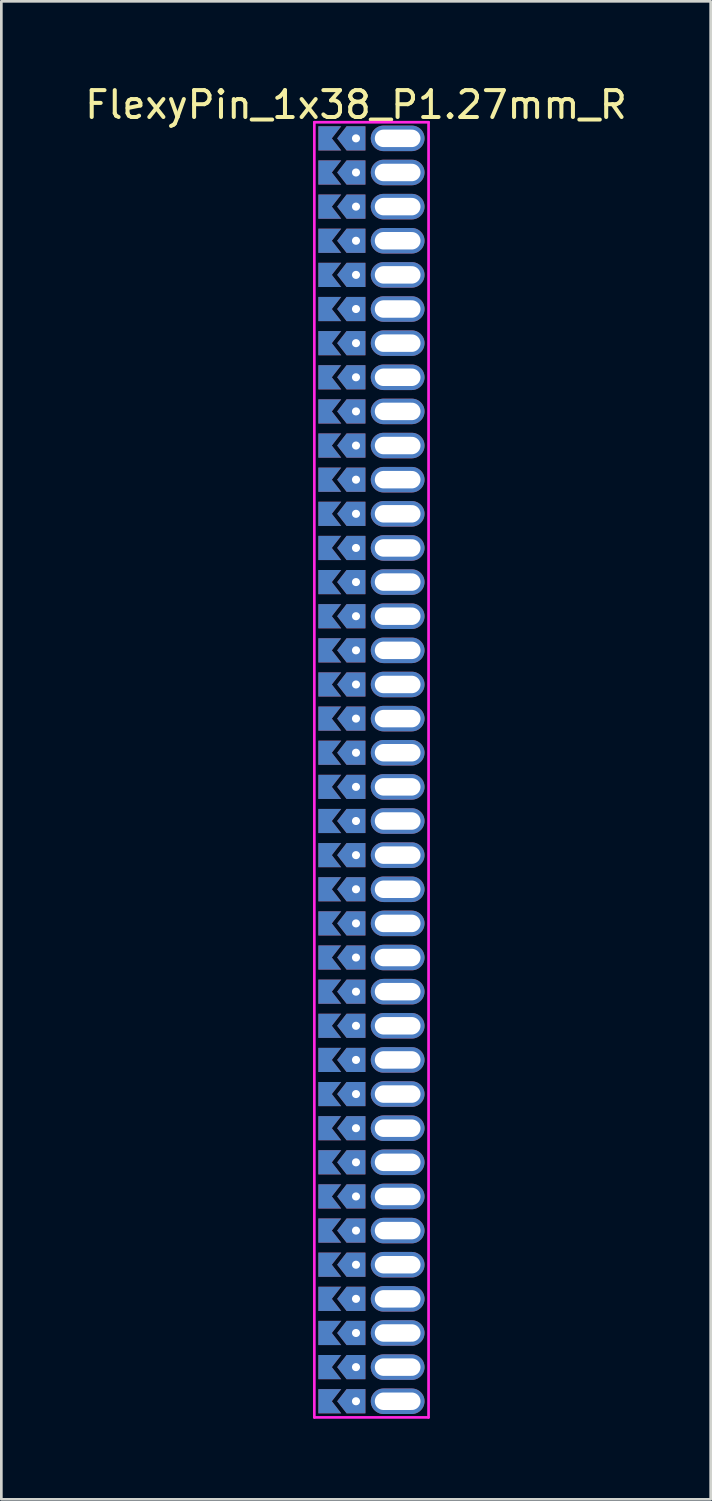
<source format=kicad_pcb>
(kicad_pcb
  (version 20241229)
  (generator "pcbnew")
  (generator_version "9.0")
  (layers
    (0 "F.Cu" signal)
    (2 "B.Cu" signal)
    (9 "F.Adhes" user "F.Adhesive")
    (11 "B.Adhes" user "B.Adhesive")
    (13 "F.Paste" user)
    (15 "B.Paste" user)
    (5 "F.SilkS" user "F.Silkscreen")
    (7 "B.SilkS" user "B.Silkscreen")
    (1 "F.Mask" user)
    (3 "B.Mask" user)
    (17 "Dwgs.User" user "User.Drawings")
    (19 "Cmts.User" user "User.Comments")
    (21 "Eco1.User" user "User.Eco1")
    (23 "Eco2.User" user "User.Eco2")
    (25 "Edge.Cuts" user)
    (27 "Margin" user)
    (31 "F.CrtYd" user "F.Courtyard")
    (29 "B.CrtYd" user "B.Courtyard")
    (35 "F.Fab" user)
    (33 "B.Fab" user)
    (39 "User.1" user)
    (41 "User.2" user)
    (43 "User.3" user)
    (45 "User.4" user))
  (footprint "FlexyPin_1x38_P1.27mm_R"
    (layer "F.Cu")
    (at 10.196 2.098)
    (property "Reference" "FlexyPin_1x38_P1.27mm_R" (at 0 -1.25 0) (layer "F.SilkS") (effects (font (size 1 1) (thickness 0.15))))
    (attr through_hole)
    (fp_line (start -1.55 -0.6) (end 2.7 -0.6) (stroke (width 0.1) (type solid)) (layer "F.CrtYd"))
    (fp_line (start -1.55 47.59) (end -1.55 -0.6) (stroke (width 0.1) (type solid)) (layer "F.CrtYd"))
    (fp_line (start 2.7 -0.6) (end 2.7 47.59) (stroke (width 0.1) (type solid)) (layer "F.CrtYd"))
    (fp_line (start 2.7 47.59) (end -1.55 47.59) (stroke (width 0.1) (type solid)) (layer "F.CrtYd"))
    (pad "" thru_hole custom (at 0 0) (size 0.3 0.3) (drill 0.6) (layers "*.Cu" "*.Mask") (options (anchor rect)) (primitives (gr_poly (pts (xy 0.35 0.45) (xy 0.35 -0.45) (xy -0.35 -0.45) (xy -0.7 0) (xy -0.35 0.45)) (width 0) (fill yes))))
    (pad "" thru_hole custom (at 0 1.27) (size 0.3 0.3) (drill 0.6) (layers "*.Cu" "*.Mask") (options (anchor rect)) (primitives (gr_poly (pts (xy 0.35 0.45) (xy 0.35 -0.45) (xy -0.35 -0.45) (xy -0.7 0) (xy -0.35 0.45)) (width 0) (fill yes))))
    (pad "" thru_hole custom (at 0 2.54) (size 0.3 0.3) (drill 0.6) (layers "*.Cu" "*.Mask") (options (anchor rect)) (primitives (gr_poly (pts (xy 0.35 0.45) (xy 0.35 -0.45) (xy -0.35 -0.45) (xy -0.7 0) (xy -0.35 0.45)) (width 0) (fill yes))))
    (pad "" thru_hole custom (at 0 3.81) (size 0.3 0.3) (drill 0.6) (layers "*.Cu" "*.Mask") (options (anchor rect)) (primitives (gr_poly (pts (xy 0.35 0.45) (xy 0.35 -0.45) (xy -0.35 -0.45) (xy -0.7 0) (xy -0.35 0.45)) (width 0) (fill yes))))
    (pad "" thru_hole custom (at 0 5.08) (size 0.3 0.3) (drill 0.6) (layers "*.Cu" "*.Mask") (options (anchor rect)) (primitives (gr_poly (pts (xy 0.35 0.45) (xy 0.35 -0.45) (xy -0.35 -0.45) (xy -0.7 0) (xy -0.35 0.45)) (width 0) (fill yes))))
    (pad "" thru_hole custom (at 0 6.35) (size 0.3 0.3) (drill 0.6) (layers "*.Cu" "*.Mask") (options (anchor rect)) (primitives (gr_poly (pts (xy 0.35 0.45) (xy 0.35 -0.45) (xy -0.35 -0.45) (xy -0.7 0) (xy -0.35 0.45)) (width 0) (fill yes))))
    (pad "" thru_hole custom (at 0 7.62) (size 0.3 0.3) (drill 0.6) (layers "*.Cu" "*.Mask") (options (anchor rect)) (primitives (gr_poly (pts (xy 0.35 0.45) (xy 0.35 -0.45) (xy -0.35 -0.45) (xy -0.7 0) (xy -0.35 0.45)) (width 0) (fill yes))))
    (pad "" thru_hole custom (at 0 8.89) (size 0.3 0.3) (drill 0.6) (layers "*.Cu" "*.Mask") (options (anchor rect)) (primitives (gr_poly (pts (xy 0.35 0.45) (xy 0.35 -0.45) (xy -0.35 -0.45) (xy -0.7 0) (xy -0.35 0.45)) (width 0) (fill yes))))
    (pad "" thru_hole custom (at 0 10.16) (size 0.3 0.3) (drill 0.6) (layers "*.Cu" "*.Mask") (options (anchor rect)) (primitives (gr_poly (pts (xy 0.35 0.45) (xy 0.35 -0.45) (xy -0.35 -0.45) (xy -0.7 0) (xy -0.35 0.45)) (width 0) (fill yes))))
    (pad "" thru_hole custom (at 0 11.43) (size 0.3 0.3) (drill 0.6) (layers "*.Cu" "*.Mask") (options (anchor rect)) (primitives (gr_poly (pts (xy 0.35 0.45) (xy 0.35 -0.45) (xy -0.35 -0.45) (xy -0.7 0) (xy -0.35 0.45)) (width 0) (fill yes))))
    (pad "" thru_hole custom (at 0 12.7) (size 0.3 0.3) (drill 0.6) (layers "*.Cu" "*.Mask") (options (anchor rect)) (primitives (gr_poly (pts (xy 0.35 0.45) (xy 0.35 -0.45) (xy -0.35 -0.45) (xy -0.7 0) (xy -0.35 0.45)) (width 0) (fill yes))))
    (pad "" thru_hole custom (at 0 13.97) (size 0.3 0.3) (drill 0.6) (layers "*.Cu" "*.Mask") (options (anchor rect)) (primitives (gr_poly (pts (xy 0.35 0.45) (xy 0.35 -0.45) (xy -0.35 -0.45) (xy -0.7 0) (xy -0.35 0.45)) (width 0) (fill yes))))
    (pad "" thru_hole custom (at 0 15.24) (size 0.3 0.3) (drill 0.6) (layers "*.Cu" "*.Mask") (options (anchor rect)) (primitives (gr_poly (pts (xy 0.35 0.45) (xy 0.35 -0.45) (xy -0.35 -0.45) (xy -0.7 0) (xy -0.35 0.45)) (width 0) (fill yes))))
    (pad "" thru_hole custom (at 0 16.51) (size 0.3 0.3) (drill 0.6) (layers "*.Cu" "*.Mask") (options (anchor rect)) (primitives (gr_poly (pts (xy 0.35 0.45) (xy 0.35 -0.45) (xy -0.35 -0.45) (xy -0.7 0) (xy -0.35 0.45)) (width 0) (fill yes))))
    (pad "" thru_hole custom (at 0 17.78) (size 0.3 0.3) (drill 0.6) (layers "*.Cu" "*.Mask") (options (anchor rect)) (primitives (gr_poly (pts (xy 0.35 0.45) (xy 0.35 -0.45) (xy -0.35 -0.45) (xy -0.7 0) (xy -0.35 0.45)) (width 0) (fill yes))))
    (pad "" thru_hole custom (at 0 19.05) (size 0.3 0.3) (drill 0.6) (layers "*.Cu" "*.Mask") (options (anchor rect)) (primitives (gr_poly (pts (xy 0.35 0.45) (xy 0.35 -0.45) (xy -0.35 -0.45) (xy -0.7 0) (xy -0.35 0.45)) (width 0) (fill yes))))
    (pad "" thru_hole custom (at 0 20.32) (size 0.3 0.3) (drill 0.6) (layers "*.Cu" "*.Mask") (options (anchor rect)) (primitives (gr_poly (pts (xy 0.35 0.45) (xy 0.35 -0.45) (xy -0.35 -0.45) (xy -0.7 0) (xy -0.35 0.45)) (width 0) (fill yes))))
    (pad "" thru_hole custom (at 0 21.59) (size 0.3 0.3) (drill 0.6) (layers "*.Cu" "*.Mask") (options (anchor rect)) (primitives (gr_poly (pts (xy 0.35 0.45) (xy 0.35 -0.45) (xy -0.35 -0.45) (xy -0.7 0) (xy -0.35 0.45)) (width 0) (fill yes))))
    (pad "" thru_hole custom (at 0 22.86) (size 0.3 0.3) (drill 0.6) (layers "*.Cu" "*.Mask") (options (anchor rect)) (primitives (gr_poly (pts (xy 0.35 0.45) (xy 0.35 -0.45) (xy -0.35 -0.45) (xy -0.7 0) (xy -0.35 0.45)) (width 0) (fill yes))))
    (pad "" thru_hole custom (at 0 24.13) (size 0.3 0.3) (drill 0.6) (layers "*.Cu" "*.Mask") (options (anchor rect)) (primitives (gr_poly (pts (xy 0.35 0.45) (xy 0.35 -0.45) (xy -0.35 -0.45) (xy -0.7 0) (xy -0.35 0.45)) (width 0) (fill yes))))
    (pad "" thru_hole custom (at 0 25.4) (size 0.3 0.3) (drill 0.6) (layers "*.Cu" "*.Mask") (options (anchor rect)) (primitives (gr_poly (pts (xy 0.35 0.45) (xy 0.35 -0.45) (xy -0.35 -0.45) (xy -0.7 0) (xy -0.35 0.45)) (width 0) (fill yes))))
    (pad "" thru_hole custom (at 0 26.67) (size 0.3 0.3) (drill 0.6) (layers "*.Cu" "*.Mask") (options (anchor rect)) (primitives (gr_poly (pts (xy 0.35 0.45) (xy 0.35 -0.45) (xy -0.35 -0.45) (xy -0.7 0) (xy -0.35 0.45)) (width 0) (fill yes))))
    (pad "" thru_hole custom (at 0 27.94) (size 0.3 0.3) (drill 0.6) (layers "*.Cu" "*.Mask") (options (anchor rect)) (primitives (gr_poly (pts (xy 0.35 0.45) (xy 0.35 -0.45) (xy -0.35 -0.45) (xy -0.7 0) (xy -0.35 0.45)) (width 0) (fill yes))))
    (pad "" thru_hole custom (at 0 29.21) (size 0.3 0.3) (drill 0.6) (layers "*.Cu" "*.Mask") (options (anchor rect)) (primitives (gr_poly (pts (xy 0.35 0.45) (xy 0.35 -0.45) (xy -0.35 -0.45) (xy -0.7 0) (xy -0.35 0.45)) (width 0) (fill yes))))
    (pad "" thru_hole custom (at 0 30.48) (size 0.3 0.3) (drill 0.6) (layers "*.Cu" "*.Mask") (options (anchor rect)) (primitives (gr_poly (pts (xy 0.35 0.45) (xy 0.35 -0.45) (xy -0.35 -0.45) (xy -0.7 0) (xy -0.35 0.45)) (width 0) (fill yes))))
    (pad "" thru_hole custom (at 0 31.75) (size 0.3 0.3) (drill 0.6) (layers "*.Cu" "*.Mask") (options (anchor rect)) (primitives (gr_poly (pts (xy 0.35 0.45) (xy 0.35 -0.45) (xy -0.35 -0.45) (xy -0.7 0) (xy -0.35 0.45)) (width 0) (fill yes))))
    (pad "" thru_hole custom (at 0 33.02) (size 0.3 0.3) (drill 0.6) (layers "*.Cu" "*.Mask") (options (anchor rect)) (primitives (gr_poly (pts (xy 0.35 0.45) (xy 0.35 -0.45) (xy -0.35 -0.45) (xy -0.7 0) (xy -0.35 0.45)) (width 0) (fill yes))))
    (pad "" thru_hole custom (at 0 34.29) (size 0.3 0.3) (drill 0.6) (layers "*.Cu" "*.Mask") (options (anchor rect)) (primitives (gr_poly (pts (xy 0.35 0.45) (xy 0.35 -0.45) (xy -0.35 -0.45) (xy -0.7 0) (xy -0.35 0.45)) (width 0) (fill yes))))
    (pad "" thru_hole custom (at 0 35.56) (size 0.3 0.3) (drill 0.6) (layers "*.Cu" "*.Mask") (options (anchor rect)) (primitives (gr_poly (pts (xy 0.35 0.45) (xy 0.35 -0.45) (xy -0.35 -0.45) (xy -0.7 0) (xy -0.35 0.45)) (width 0) (fill yes))))
    (pad "" thru_hole custom (at 0 36.83) (size 0.3 0.3) (drill 0.6) (layers "*.Cu" "*.Mask") (options (anchor rect)) (primitives (gr_poly (pts (xy 0.35 0.45) (xy 0.35 -0.45) (xy -0.35 -0.45) (xy -0.7 0) (xy -0.35 0.45)) (width 0) (fill yes))))
    (pad "" thru_hole custom (at 0 38.1) (size 0.3 0.3) (drill 0.6) (layers "*.Cu" "*.Mask") (options (anchor rect)) (primitives (gr_poly (pts (xy 0.35 0.45) (xy 0.35 -0.45) (xy -0.35 -0.45) (xy -0.7 0) (xy -0.35 0.45)) (width 0) (fill yes))))
    (pad "" thru_hole custom (at 0 39.37) (size 0.3 0.3) (drill 0.6) (layers "*.Cu" "*.Mask") (options (anchor rect)) (primitives (gr_poly (pts (xy 0.35 0.45) (xy 0.35 -0.45) (xy -0.35 -0.45) (xy -0.7 0) (xy -0.35 0.45)) (width 0) (fill yes))))
    (pad "" thru_hole custom (at 0 40.64) (size 0.3 0.3) (drill 0.6) (layers "*.Cu" "*.Mask") (options (anchor rect)) (primitives (gr_poly (pts (xy 0.35 0.45) (xy 0.35 -0.45) (xy -0.35 -0.45) (xy -0.7 0) (xy -0.35 0.45)) (width 0) (fill yes))))
    (pad "" thru_hole custom (at 0 41.91) (size 0.3 0.3) (drill 0.6) (layers "*.Cu" "*.Mask") (options (anchor rect)) (primitives (gr_poly (pts (xy 0.35 0.45) (xy 0.35 -0.45) (xy -0.35 -0.45) (xy -0.7 0) (xy -0.35 0.45)) (width 0) (fill yes))))
    (pad "" thru_hole custom (at 0 43.18) (size 0.3 0.3) (drill 0.6) (layers "*.Cu" "*.Mask") (options (anchor rect)) (primitives (gr_poly (pts (xy 0.35 0.45) (xy 0.35 -0.45) (xy -0.35 -0.45) (xy -0.7 0) (xy -0.35 0.45)) (width 0) (fill yes))))
    (pad "" thru_hole custom (at 0 44.45) (size 0.3 0.3) (drill 0.6) (layers "*.Cu" "*.Mask") (options (anchor rect)) (primitives (gr_poly (pts (xy 0.35 0.45) (xy 0.35 -0.45) (xy -0.35 -0.45) (xy -0.7 0) (xy -0.35 0.45)) (width 0) (fill yes))))
    (pad "" thru_hole custom (at 0 45.72) (size 0.3 0.3) (drill 0.6) (layers "*.Cu" "*.Mask") (options (anchor rect)) (primitives (gr_poly (pts (xy 0.35 0.45) (xy 0.35 -0.45) (xy -0.35 -0.45) (xy -0.7 0) (xy -0.35 0.45)) (width 0) (fill yes))))
    (pad "" thru_hole custom (at 0 46.99) (size 0.3 0.3) (drill 0.6) (layers "*.Cu" "*.Mask") (options (anchor rect)) (primitives (gr_poly (pts (xy 0.35 0.45) (xy 0.35 -0.45) (xy -0.35 -0.45) (xy -0.7 0) (xy -0.35 0.45)) (width 0) (fill yes))))
    (pad "" thru_hole oval (at 1.55 0) (size 2 0.95) (drill oval 1.7 0.65) (layers "*.Cu" "*.Mask"))
    (pad "" thru_hole oval (at 1.55 1.27) (size 2 0.95) (drill oval 1.7 0.65) (layers "*.Cu" "*.Mask"))
    (pad "" thru_hole oval (at 1.55 2.54) (size 2 0.95) (drill oval 1.7 0.65) (layers "*.Cu" "*.Mask"))
    (pad "" thru_hole oval (at 1.55 3.81) (size 2 0.95) (drill oval 1.7 0.65) (layers "*.Cu" "*.Mask"))
    (pad "" thru_hole oval (at 1.55 5.08) (size 2 0.95) (drill oval 1.7 0.65) (layers "*.Cu" "*.Mask"))
    (pad "" thru_hole oval (at 1.55 6.35) (size 2 0.95) (drill oval 1.7 0.65) (layers "*.Cu" "*.Mask"))
    (pad "" thru_hole oval (at 1.55 7.62) (size 2 0.95) (drill oval 1.7 0.65) (layers "*.Cu" "*.Mask"))
    (pad "" thru_hole oval (at 1.55 8.89) (size 2 0.95) (drill oval 1.7 0.65) (layers "*.Cu" "*.Mask"))
    (pad "" thru_hole oval (at 1.55 10.16) (size 2 0.95) (drill oval 1.7 0.65) (layers "*.Cu" "*.Mask"))
    (pad "" thru_hole oval (at 1.55 11.43) (size 2 0.95) (drill oval 1.7 0.65) (layers "*.Cu" "*.Mask"))
    (pad "" thru_hole oval (at 1.55 12.7) (size 2 0.95) (drill oval 1.7 0.65) (layers "*.Cu" "*.Mask"))
    (pad "" thru_hole oval (at 1.55 13.97) (size 2 0.95) (drill oval 1.7 0.65) (layers "*.Cu" "*.Mask"))
    (pad "" thru_hole oval (at 1.55 15.24) (size 2 0.95) (drill oval 1.7 0.65) (layers "*.Cu" "*.Mask"))
    (pad "" thru_hole oval (at 1.55 16.51) (size 2 0.95) (drill oval 1.7 0.65) (layers "*.Cu" "*.Mask"))
    (pad "" thru_hole oval (at 1.55 17.78) (size 2 0.95) (drill oval 1.7 0.65) (layers "*.Cu" "*.Mask"))
    (pad "" thru_hole oval (at 1.55 19.05) (size 2 0.95) (drill oval 1.7 0.65) (layers "*.Cu" "*.Mask"))
    (pad "" thru_hole oval (at 1.55 20.32) (size 2 0.95) (drill oval 1.7 0.65) (layers "*.Cu" "*.Mask"))
    (pad "" thru_hole oval (at 1.55 21.59) (size 2 0.95) (drill oval 1.7 0.65) (layers "*.Cu" "*.Mask"))
    (pad "" thru_hole oval (at 1.55 22.86) (size 2 0.95) (drill oval 1.7 0.65) (layers "*.Cu" "*.Mask"))
    (pad "" thru_hole oval (at 1.55 24.13) (size 2 0.95) (drill oval 1.7 0.65) (layers "*.Cu" "*.Mask"))
    (pad "" thru_hole oval (at 1.55 25.4) (size 2 0.95) (drill oval 1.7 0.65) (layers "*.Cu" "*.Mask"))
    (pad "" thru_hole oval (at 1.55 26.67) (size 2 0.95) (drill oval 1.7 0.65) (layers "*.Cu" "*.Mask"))
    (pad "" thru_hole oval (at 1.55 27.94) (size 2 0.95) (drill oval 1.7 0.65) (layers "*.Cu" "*.Mask"))
    (pad "" thru_hole oval (at 1.55 29.21) (size 2 0.95) (drill oval 1.7 0.65) (layers "*.Cu" "*.Mask"))
    (pad "" thru_hole oval (at 1.55 30.48) (size 2 0.95) (drill oval 1.7 0.65) (layers "*.Cu" "*.Mask"))
    (pad "" thru_hole oval (at 1.55 31.75) (size 2 0.95) (drill oval 1.7 0.65) (layers "*.Cu" "*.Mask"))
    (pad "" thru_hole oval (at 1.55 33.02) (size 2 0.95) (drill oval 1.7 0.65) (layers "*.Cu" "*.Mask"))
    (pad "" thru_hole oval (at 1.55 34.29) (size 2 0.95) (drill oval 1.7 0.65) (layers "*.Cu" "*.Mask"))
    (pad "" thru_hole oval (at 1.55 35.56) (size 2 0.95) (drill oval 1.7 0.65) (layers "*.Cu" "*.Mask"))
    (pad "" thru_hole oval (at 1.55 36.83) (size 2 0.95) (drill oval 1.7 0.65) (layers "*.Cu" "*.Mask"))
    (pad "" thru_hole oval (at 1.55 38.1) (size 2 0.95) (drill oval 1.7 0.65) (layers "*.Cu" "*.Mask"))
    (pad "" thru_hole oval (at 1.55 39.37) (size 2 0.95) (drill oval 1.7 0.65) (layers "*.Cu" "*.Mask"))
    (pad "" thru_hole oval (at 1.55 40.64) (size 2 0.95) (drill oval 1.7 0.65) (layers "*.Cu" "*.Mask"))
    (pad "" thru_hole oval (at 1.55 41.91) (size 2 0.95) (drill oval 1.7 0.65) (layers "*.Cu" "*.Mask"))
    (pad "" thru_hole oval (at 1.55 43.18) (size 2 0.95) (drill oval 1.7 0.65) (layers "*.Cu" "*.Mask"))
    (pad "" thru_hole oval (at 1.55 44.45) (size 2 0.95) (drill oval 1.7 0.65) (layers "*.Cu" "*.Mask"))
    (pad "" thru_hole oval (at 1.55 45.72) (size 2 0.95) (drill oval 1.7 0.65) (layers "*.Cu" "*.Mask"))
    (pad "" thru_hole oval (at 1.55 46.99) (size 2 0.95) (drill oval 1.7 0.65) (layers "*.Cu" "*.Mask"))
    (pad "1" smd custom (at -0.9 0) (size 0.01 0.01) (layers "F.Cu" "F.Mask") (options (anchor rect)) (primitives (gr_poly (pts (xy 0 0) (xy 0.35 0.45) (xy -0.5 0.45) (xy -0.5 -0.45) (xy 0.35 -0.45)) (width 0) (fill yes))))
    (pad "2" smd custom (at -0.9 1.27) (size 0.01 0.01) (layers "F.Cu" "F.Mask") (options (anchor rect)) (primitives (gr_poly (pts (xy 0 0) (xy 0.35 0.45) (xy -0.5 0.45) (xy -0.5 -0.45) (xy 0.35 -0.45)) (width 0) (fill yes))))
    (pad "3" smd custom (at -0.9 2.54) (size 0.01 0.01) (layers "F.Cu" "F.Mask") (options (anchor rect)) (primitives (gr_poly (pts (xy 0 0) (xy 0.35 0.45) (xy -0.5 0.45) (xy -0.5 -0.45) (xy 0.35 -0.45)) (width 0) (fill yes))))
    (pad "4" smd custom (at -0.9 3.81) (size 0.01 0.01) (layers "F.Cu" "F.Mask") (options (anchor rect)) (primitives (gr_poly (pts (xy 0 0) (xy 0.35 0.45) (xy -0.5 0.45) (xy -0.5 -0.45) (xy 0.35 -0.45)) (width 0) (fill yes))))
    (pad "5" smd custom (at -0.9 5.08) (size 0.01 0.01) (layers "F.Cu" "F.Mask") (options (anchor rect)) (primitives (gr_poly (pts (xy 0 0) (xy 0.35 0.45) (xy -0.5 0.45) (xy -0.5 -0.45) (xy 0.35 -0.45)) (width 0) (fill yes))))
    (pad "6" smd custom (at -0.9 6.35) (size 0.01 0.01) (layers "F.Cu" "F.Mask") (options (anchor rect)) (primitives (gr_poly (pts (xy 0 0) (xy 0.35 0.45) (xy -0.5 0.45) (xy -0.5 -0.45) (xy 0.35 -0.45)) (width 0) (fill yes))))
    (pad "7" smd custom (at -0.9 7.62) (size 0.01 0.01) (layers "F.Cu" "F.Mask") (options (anchor rect)) (primitives (gr_poly (pts (xy 0 0) (xy 0.35 0.45) (xy -0.5 0.45) (xy -0.5 -0.45) (xy 0.35 -0.45)) (width 0) (fill yes))))
    (pad "8" smd custom (at -0.9 8.89) (size 0.01 0.01) (layers "F.Cu" "F.Mask") (options (anchor rect)) (primitives (gr_poly (pts (xy 0 0) (xy 0.35 0.45) (xy -0.5 0.45) (xy -0.5 -0.45) (xy 0.35 -0.45)) (width 0) (fill yes))))
    (pad "9" smd custom (at -0.9 10.16) (size 0.01 0.01) (layers "F.Cu" "F.Mask") (options (anchor rect)) (primitives (gr_poly (pts (xy 0 0) (xy 0.35 0.45) (xy -0.5 0.45) (xy -0.5 -0.45) (xy 0.35 -0.45)) (width 0) (fill yes))))
    (pad "10" smd custom (at -0.9 11.43) (size 0.01 0.01) (layers "F.Cu" "F.Mask") (options (anchor rect)) (primitives (gr_poly (pts (xy 0 0) (xy 0.35 0.45) (xy -0.5 0.45) (xy -0.5 -0.45) (xy 0.35 -0.45)) (width 0) (fill yes))))
    (pad "11" smd custom (at -0.9 12.7) (size 0.01 0.01) (layers "F.Cu" "F.Mask") (options (anchor rect)) (primitives (gr_poly (pts (xy 0 0) (xy 0.35 0.45) (xy -0.5 0.45) (xy -0.5 -0.45) (xy 0.35 -0.45)) (width 0) (fill yes))))
    (pad "12" smd custom (at -0.9 13.97) (size 0.01 0.01) (layers "F.Cu" "F.Mask") (options (anchor rect)) (primitives (gr_poly (pts (xy 0 0) (xy 0.35 0.45) (xy -0.5 0.45) (xy -0.5 -0.45) (xy 0.35 -0.45)) (width 0) (fill yes))))
    (pad "13" smd custom (at -0.9 15.24) (size 0.01 0.01) (layers "F.Cu" "F.Mask") (options (anchor rect)) (primitives (gr_poly (pts (xy 0 0) (xy 0.35 0.45) (xy -0.5 0.45) (xy -0.5 -0.45) (xy 0.35 -0.45)) (width 0) (fill yes))))
    (pad "14" smd custom (at -0.9 16.51) (size 0.01 0.01) (layers "F.Cu" "F.Mask") (options (anchor rect)) (primitives (gr_poly (pts (xy 0 0) (xy 0.35 0.45) (xy -0.5 0.45) (xy -0.5 -0.45) (xy 0.35 -0.45)) (width 0) (fill yes))))
    (pad "15" smd custom (at -0.9 17.78) (size 0.01 0.01) (layers "F.Cu" "F.Mask") (options (anchor rect)) (primitives (gr_poly (pts (xy 0 0) (xy 0.35 0.45) (xy -0.5 0.45) (xy -0.5 -0.45) (xy 0.35 -0.45)) (width 0) (fill yes))))
    (pad "16" smd custom (at -0.9 19.05) (size 0.01 0.01) (layers "F.Cu" "F.Mask") (options (anchor rect)) (primitives (gr_poly (pts (xy 0 0) (xy 0.35 0.45) (xy -0.5 0.45) (xy -0.5 -0.45) (xy 0.35 -0.45)) (width 0) (fill yes))))
    (pad "17" smd custom (at -0.9 20.32) (size 0.01 0.01) (layers "F.Cu" "F.Mask") (options (anchor rect)) (primitives (gr_poly (pts (xy 0 0) (xy 0.35 0.45) (xy -0.5 0.45) (xy -0.5 -0.45) (xy 0.35 -0.45)) (width 0) (fill yes))))
    (pad "18" smd custom (at -0.9 21.59) (size 0.01 0.01) (layers "F.Cu" "F.Mask") (options (anchor rect)) (primitives (gr_poly (pts (xy 0 0) (xy 0.35 0.45) (xy -0.5 0.45) (xy -0.5 -0.45) (xy 0.35 -0.45)) (width 0) (fill yes))))
    (pad "19" smd custom (at -0.9 22.86) (size 0.01 0.01) (layers "F.Cu" "F.Mask") (options (anchor rect)) (primitives (gr_poly (pts (xy 0 0) (xy 0.35 0.45) (xy -0.5 0.45) (xy -0.5 -0.45) (xy 0.35 -0.45)) (width 0) (fill yes))))
    (pad "20" smd custom (at -0.9 24.13) (size 0.01 0.01) (layers "F.Cu" "F.Mask") (options (anchor rect)) (primitives (gr_poly (pts (xy 0 0) (xy 0.35 0.45) (xy -0.5 0.45) (xy -0.5 -0.45) (xy 0.35 -0.45)) (width 0) (fill yes))))
    (pad "21" smd custom (at -0.9 25.4) (size 0.01 0.01) (layers "F.Cu" "F.Mask") (options (anchor rect)) (primitives (gr_poly (pts (xy 0 0) (xy 0.35 0.45) (xy -0.5 0.45) (xy -0.5 -0.45) (xy 0.35 -0.45)) (width 0) (fill yes))))
    (pad "22" smd custom (at -0.9 26.67) (size 0.01 0.01) (layers "F.Cu" "F.Mask") (options (anchor rect)) (primitives (gr_poly (pts (xy 0 0) (xy 0.35 0.45) (xy -0.5 0.45) (xy -0.5 -0.45) (xy 0.35 -0.45)) (width 0) (fill yes))))
    (pad "23" smd custom (at -0.9 27.94) (size 0.01 0.01) (layers "F.Cu" "F.Mask") (options (anchor rect)) (primitives (gr_poly (pts (xy 0 0) (xy 0.35 0.45) (xy -0.5 0.45) (xy -0.5 -0.45) (xy 0.35 -0.45)) (width 0) (fill yes))))
    (pad "24" smd custom (at -0.9 29.21) (size 0.01 0.01) (layers "F.Cu" "F.Mask") (options (anchor rect)) (primitives (gr_poly (pts (xy 0 0) (xy 0.35 0.45) (xy -0.5 0.45) (xy -0.5 -0.45) (xy 0.35 -0.45)) (width 0) (fill yes))))
    (pad "25" smd custom (at -0.9 30.48) (size 0.01 0.01) (layers "F.Cu" "F.Mask") (options (anchor rect)) (primitives (gr_poly (pts (xy 0 0) (xy 0.35 0.45) (xy -0.5 0.45) (xy -0.5 -0.45) (xy 0.35 -0.45)) (width 0) (fill yes))))
    (pad "26" smd custom (at -0.9 31.75) (size 0.01 0.01) (layers "F.Cu" "F.Mask") (options (anchor rect)) (primitives (gr_poly (pts (xy 0 0) (xy 0.35 0.45) (xy -0.5 0.45) (xy -0.5 -0.45) (xy 0.35 -0.45)) (width 0) (fill yes))))
    (pad "27" smd custom (at -0.9 33.02) (size 0.01 0.01) (layers "F.Cu" "F.Mask") (options (anchor rect)) (primitives (gr_poly (pts (xy 0 0) (xy 0.35 0.45) (xy -0.5 0.45) (xy -0.5 -0.45) (xy 0.35 -0.45)) (width 0) (fill yes))))
    (pad "28" smd custom (at -0.9 34.29) (size 0.01 0.01) (layers "F.Cu" "F.Mask") (options (anchor rect)) (primitives (gr_poly (pts (xy 0 0) (xy 0.35 0.45) (xy -0.5 0.45) (xy -0.5 -0.45) (xy 0.35 -0.45)) (width 0) (fill yes))))
    (pad "29" smd custom (at -0.9 35.56) (size 0.01 0.01) (layers "F.Cu" "F.Mask") (options (anchor rect)) (primitives (gr_poly (pts (xy 0 0) (xy 0.35 0.45) (xy -0.5 0.45) (xy -0.5 -0.45) (xy 0.35 -0.45)) (width 0) (fill yes))))
    (pad "30" smd custom (at -0.9 36.83) (size 0.01 0.01) (layers "F.Cu" "F.Mask") (options (anchor rect)) (primitives (gr_poly (pts (xy 0 0) (xy 0.35 0.45) (xy -0.5 0.45) (xy -0.5 -0.45) (xy 0.35 -0.45)) (width 0) (fill yes))))
    (pad "31" smd custom (at -0.9 38.1) (size 0.01 0.01) (layers "F.Cu" "F.Mask") (options (anchor rect)) (primitives (gr_poly (pts (xy 0 0) (xy 0.35 0.45) (xy -0.5 0.45) (xy -0.5 -0.45) (xy 0.35 -0.45)) (width 0) (fill yes))))
    (pad "32" smd custom (at -0.9 39.37) (size 0.01 0.01) (layers "F.Cu" "F.Mask") (options (anchor rect)) (primitives (gr_poly (pts (xy 0 0) (xy 0.35 0.45) (xy -0.5 0.45) (xy -0.5 -0.45) (xy 0.35 -0.45)) (width 0) (fill yes))))
    (pad "33" smd custom (at -0.9 40.64) (size 0.01 0.01) (layers "F.Cu" "F.Mask") (options (anchor rect)) (primitives (gr_poly (pts (xy 0 0) (xy 0.35 0.45) (xy -0.5 0.45) (xy -0.5 -0.45) (xy 0.35 -0.45)) (width 0) (fill yes))))
    (pad "34" smd custom (at -0.9 41.91) (size 0.01 0.01) (layers "F.Cu" "F.Mask") (options (anchor rect)) (primitives (gr_poly (pts (xy 0 0) (xy 0.35 0.45) (xy -0.5 0.45) (xy -0.5 -0.45) (xy 0.35 -0.45)) (width 0) (fill yes))))
    (pad "35" smd custom (at -0.9 43.18) (size 0.01 0.01) (layers "F.Cu" "F.Mask") (options (anchor rect)) (primitives (gr_poly (pts (xy 0 0) (xy 0.35 0.45) (xy -0.5 0.45) (xy -0.5 -0.45) (xy 0.35 -0.45)) (width 0) (fill yes))))
    (pad "36" smd custom (at -0.9 44.45) (size 0.01 0.01) (layers "F.Cu" "F.Mask") (options (anchor rect)) (primitives (gr_poly (pts (xy 0 0) (xy 0.35 0.45) (xy -0.5 0.45) (xy -0.5 -0.45) (xy 0.35 -0.45)) (width 0) (fill yes))))
    (pad "37" smd custom (at -0.9 45.72) (size 0.01 0.01) (layers "F.Cu" "F.Mask") (options (anchor rect)) (primitives (gr_poly (pts (xy 0 0) (xy 0.35 0.45) (xy -0.5 0.45) (xy -0.5 -0.45) (xy 0.35 -0.45)) (width 0) (fill yes))))
    (pad "38" smd custom (at -0.9 46.99) (size 0.01 0.01) (layers "F.Cu" "F.Mask") (options (anchor rect)) (primitives (gr_poly (pts (xy 0 0) (xy 0.35 0.45) (xy -0.5 0.45) (xy -0.5 -0.45) (xy 0.35 -0.45)) (width 0) (fill yes))))
    (pad "39" smd custom (at -0.9 0) (size 0.01 0.01) (layers "B.Cu" "B.Mask") (options (anchor rect)) (primitives (gr_poly (pts (xy 0 0) (xy 0.35 0.45) (xy -0.5 0.45) (xy -0.5 -0.45) (xy 0.35 -0.45)) (width 0) (fill yes))))
    (pad "40" smd custom (at -0.9 1.27) (size 0.01 0.01) (layers "B.Cu" "B.Mask") (options (anchor rect)) (primitives (gr_poly (pts (xy 0 0) (xy 0.35 0.45) (xy -0.5 0.45) (xy -0.5 -0.45) (xy 0.35 -0.45)) (width 0) (fill yes))))
    (pad "41" smd custom (at -0.9 2.54) (size 0.01 0.01) (layers "B.Cu" "B.Mask") (options (anchor rect)) (primitives (gr_poly (pts (xy 0 0) (xy 0.35 0.45) (xy -0.5 0.45) (xy -0.5 -0.45) (xy 0.35 -0.45)) (width 0) (fill yes))))
    (pad "42" smd custom (at -0.9 3.81) (size 0.01 0.01) (layers "B.Cu" "B.Mask") (options (anchor rect)) (primitives (gr_poly (pts (xy 0 0) (xy 0.35 0.45) (xy -0.5 0.45) (xy -0.5 -0.45) (xy 0.35 -0.45)) (width 0) (fill yes))))
    (pad "43" smd custom (at -0.9 5.08) (size 0.01 0.01) (layers "B.Cu" "B.Mask") (options (anchor rect)) (primitives (gr_poly (pts (xy 0 0) (xy 0.35 0.45) (xy -0.5 0.45) (xy -0.5 -0.45) (xy 0.35 -0.45)) (width 0) (fill yes))))
    (pad "44" smd custom (at -0.9 6.35) (size 0.01 0.01) (layers "B.Cu" "B.Mask") (options (anchor rect)) (primitives (gr_poly (pts (xy 0 0) (xy 0.35 0.45) (xy -0.5 0.45) (xy -0.5 -0.45) (xy 0.35 -0.45)) (width 0) (fill yes))))
    (pad "45" smd custom (at -0.9 7.62) (size 0.01 0.01) (layers "B.Cu" "B.Mask") (options (anchor rect)) (primitives (gr_poly (pts (xy 0 0) (xy 0.35 0.45) (xy -0.5 0.45) (xy -0.5 -0.45) (xy 0.35 -0.45)) (width 0) (fill yes))))
    (pad "46" smd custom (at -0.9 8.89) (size 0.01 0.01) (layers "B.Cu" "B.Mask") (options (anchor rect)) (primitives (gr_poly (pts (xy 0 0) (xy 0.35 0.45) (xy -0.5 0.45) (xy -0.5 -0.45) (xy 0.35 -0.45)) (width 0) (fill yes))))
    (pad "47" smd custom (at -0.9 10.16) (size 0.01 0.01) (layers "B.Cu" "B.Mask") (options (anchor rect)) (primitives (gr_poly (pts (xy 0 0) (xy 0.35 0.45) (xy -0.5 0.45) (xy -0.5 -0.45) (xy 0.35 -0.45)) (width 0) (fill yes))))
    (pad "48" smd custom (at -0.9 11.43) (size 0.01 0.01) (layers "B.Cu" "B.Mask") (options (anchor rect)) (primitives (gr_poly (pts (xy 0 0) (xy 0.35 0.45) (xy -0.5 0.45) (xy -0.5 -0.45) (xy 0.35 -0.45)) (width 0) (fill yes))))
    (pad "49" smd custom (at -0.9 12.7) (size 0.01 0.01) (layers "B.Cu" "B.Mask") (options (anchor rect)) (primitives (gr_poly (pts (xy 0 0) (xy 0.35 0.45) (xy -0.5 0.45) (xy -0.5 -0.45) (xy 0.35 -0.45)) (width 0) (fill yes))))
    (pad "50" smd custom (at -0.9 13.97) (size 0.01 0.01) (layers "B.Cu" "B.Mask") (options (anchor rect)) (primitives (gr_poly (pts (xy 0 0) (xy 0.35 0.45) (xy -0.5 0.45) (xy -0.5 -0.45) (xy 0.35 -0.45)) (width 0) (fill yes))))
    (pad "51" smd custom (at -0.9 15.24) (size 0.01 0.01) (layers "B.Cu" "B.Mask") (options (anchor rect)) (primitives (gr_poly (pts (xy 0 0) (xy 0.35 0.45) (xy -0.5 0.45) (xy -0.5 -0.45) (xy 0.35 -0.45)) (width 0) (fill yes))))
    (pad "52" smd custom (at -0.9 16.51) (size 0.01 0.01) (layers "B.Cu" "B.Mask") (options (anchor rect)) (primitives (gr_poly (pts (xy 0 0) (xy 0.35 0.45) (xy -0.5 0.45) (xy -0.5 -0.45) (xy 0.35 -0.45)) (width 0) (fill yes))))
    (pad "53" smd custom (at -0.9 17.78) (size 0.01 0.01) (layers "B.Cu" "B.Mask") (options (anchor rect)) (primitives (gr_poly (pts (xy 0 0) (xy 0.35 0.45) (xy -0.5 0.45) (xy -0.5 -0.45) (xy 0.35 -0.45)) (width 0) (fill yes))))
    (pad "54" smd custom (at -0.9 19.05) (size 0.01 0.01) (layers "B.Cu" "B.Mask") (options (anchor rect)) (primitives (gr_poly (pts (xy 0 0) (xy 0.35 0.45) (xy -0.5 0.45) (xy -0.5 -0.45) (xy 0.35 -0.45)) (width 0) (fill yes))))
    (pad "55" smd custom (at -0.9 20.32) (size 0.01 0.01) (layers "B.Cu" "B.Mask") (options (anchor rect)) (primitives (gr_poly (pts (xy 0 0) (xy 0.35 0.45) (xy -0.5 0.45) (xy -0.5 -0.45) (xy 0.35 -0.45)) (width 0) (fill yes))))
    (pad "56" smd custom (at -0.9 21.59) (size 0.01 0.01) (layers "B.Cu" "B.Mask") (options (anchor rect)) (primitives (gr_poly (pts (xy 0 0) (xy 0.35 0.45) (xy -0.5 0.45) (xy -0.5 -0.45) (xy 0.35 -0.45)) (width 0) (fill yes))))
    (pad "57" smd custom (at -0.9 22.86) (size 0.01 0.01) (layers "B.Cu" "B.Mask") (options (anchor rect)) (primitives (gr_poly (pts (xy 0 0) (xy 0.35 0.45) (xy -0.5 0.45) (xy -0.5 -0.45) (xy 0.35 -0.45)) (width 0) (fill yes))))
    (pad "58" smd custom (at -0.9 24.13) (size 0.01 0.01) (layers "B.Cu" "B.Mask") (options (anchor rect)) (primitives (gr_poly (pts (xy 0 0) (xy 0.35 0.45) (xy -0.5 0.45) (xy -0.5 -0.45) (xy 0.35 -0.45)) (width 0) (fill yes))))
    (pad "59" smd custom (at -0.9 25.4) (size 0.01 0.01) (layers "B.Cu" "B.Mask") (options (anchor rect)) (primitives (gr_poly (pts (xy 0 0) (xy 0.35 0.45) (xy -0.5 0.45) (xy -0.5 -0.45) (xy 0.35 -0.45)) (width 0) (fill yes))))
    (pad "60" smd custom (at -0.9 26.67) (size 0.01 0.01) (layers "B.Cu" "B.Mask") (options (anchor rect)) (primitives (gr_poly (pts (xy 0 0) (xy 0.35 0.45) (xy -0.5 0.45) (xy -0.5 -0.45) (xy 0.35 -0.45)) (width 0) (fill yes))))
    (pad "61" smd custom (at -0.9 27.94) (size 0.01 0.01) (layers "B.Cu" "B.Mask") (options (anchor rect)) (primitives (gr_poly (pts (xy 0 0) (xy 0.35 0.45) (xy -0.5 0.45) (xy -0.5 -0.45) (xy 0.35 -0.45)) (width 0) (fill yes))))
    (pad "62" smd custom (at -0.9 29.21) (size 0.01 0.01) (layers "B.Cu" "B.Mask") (options (anchor rect)) (primitives (gr_poly (pts (xy 0 0) (xy 0.35 0.45) (xy -0.5 0.45) (xy -0.5 -0.45) (xy 0.35 -0.45)) (width 0) (fill yes))))
    (pad "63" smd custom (at -0.9 30.48) (size 0.01 0.01) (layers "B.Cu" "B.Mask") (options (anchor rect)) (primitives (gr_poly (pts (xy 0 0) (xy 0.35 0.45) (xy -0.5 0.45) (xy -0.5 -0.45) (xy 0.35 -0.45)) (width 0) (fill yes))))
    (pad "64" smd custom (at -0.9 31.75) (size 0.01 0.01) (layers "B.Cu" "B.Mask") (options (anchor rect)) (primitives (gr_poly (pts (xy 0 0) (xy 0.35 0.45) (xy -0.5 0.45) (xy -0.5 -0.45) (xy 0.35 -0.45)) (width 0) (fill yes))))
    (pad "65" smd custom (at -0.9 33.02) (size 0.01 0.01) (layers "B.Cu" "B.Mask") (options (anchor rect)) (primitives (gr_poly (pts (xy 0 0) (xy 0.35 0.45) (xy -0.5 0.45) (xy -0.5 -0.45) (xy 0.35 -0.45)) (width 0) (fill yes))))
    (pad "66" smd custom (at -0.9 34.29) (size 0.01 0.01) (layers "B.Cu" "B.Mask") (options (anchor rect)) (primitives (gr_poly (pts (xy 0 0) (xy 0.35 0.45) (xy -0.5 0.45) (xy -0.5 -0.45) (xy 0.35 -0.45)) (width 0) (fill yes))))
    (pad "67" smd custom (at -0.9 35.56) (size 0.01 0.01) (layers "B.Cu" "B.Mask") (options (anchor rect)) (primitives (gr_poly (pts (xy 0 0) (xy 0.35 0.45) (xy -0.5 0.45) (xy -0.5 -0.45) (xy 0.35 -0.45)) (width 0) (fill yes))))
    (pad "68" smd custom (at -0.9 36.83) (size 0.01 0.01) (layers "B.Cu" "B.Mask") (options (anchor rect)) (primitives (gr_poly (pts (xy 0 0) (xy 0.35 0.45) (xy -0.5 0.45) (xy -0.5 -0.45) (xy 0.35 -0.45)) (width 0) (fill yes))))
    (pad "69" smd custom (at -0.9 38.1) (size 0.01 0.01) (layers "B.Cu" "B.Mask") (options (anchor rect)) (primitives (gr_poly (pts (xy 0 0) (xy 0.35 0.45) (xy -0.5 0.45) (xy -0.5 -0.45) (xy 0.35 -0.45)) (width 0) (fill yes))))
    (pad "70" smd custom (at -0.9 39.37) (size 0.01 0.01) (layers "B.Cu" "B.Mask") (options (anchor rect)) (primitives (gr_poly (pts (xy 0 0) (xy 0.35 0.45) (xy -0.5 0.45) (xy -0.5 -0.45) (xy 0.35 -0.45)) (width 0) (fill yes))))
    (pad "71" smd custom (at -0.9 40.64) (size 0.01 0.01) (layers "B.Cu" "B.Mask") (options (anchor rect)) (primitives (gr_poly (pts (xy 0 0) (xy 0.35 0.45) (xy -0.5 0.45) (xy -0.5 -0.45) (xy 0.35 -0.45)) (width 0) (fill yes))))
    (pad "72" smd custom (at -0.9 41.91) (size 0.01 0.01) (layers "B.Cu" "B.Mask") (options (anchor rect)) (primitives (gr_poly (pts (xy 0 0) (xy 0.35 0.45) (xy -0.5 0.45) (xy -0.5 -0.45) (xy 0.35 -0.45)) (width 0) (fill yes))))
    (pad "73" smd custom (at -0.9 43.18) (size 0.01 0.01) (layers "B.Cu" "B.Mask") (options (anchor rect)) (primitives (gr_poly (pts (xy 0 0) (xy 0.35 0.45) (xy -0.5 0.45) (xy -0.5 -0.45) (xy 0.35 -0.45)) (width 0) (fill yes))))
    (pad "74" smd custom (at -0.9 44.45) (size 0.01 0.01) (layers "B.Cu" "B.Mask") (options (anchor rect)) (primitives (gr_poly (pts (xy 0 0) (xy 0.35 0.45) (xy -0.5 0.45) (xy -0.5 -0.45) (xy 0.35 -0.45)) (width 0) (fill yes))))
    (pad "75" smd custom (at -0.9 45.72) (size 0.01 0.01) (layers "B.Cu" "B.Mask") (options (anchor rect)) (primitives (gr_poly (pts (xy 0 0) (xy 0.35 0.45) (xy -0.5 0.45) (xy -0.5 -0.45) (xy 0.35 -0.45)) (width 0) (fill yes))))
    (pad "76" smd custom (at -0.9 46.99) (size 0.01 0.01) (layers "B.Cu" "B.Mask") (options (anchor rect)) (primitives (gr_poly (pts (xy 0 0) (xy 0.35 0.45) (xy -0.5 0.45) (xy -0.5 -0.45) (xy 0.35 -0.45)) (width 0) (fill yes)))))
  (gr_rect
    (start -3 -3)
    (end 23.393 52.738)
    (stroke (width 0.1) (type default))
    (fill no)
    (layer "Edge.Cuts")))
</source>
